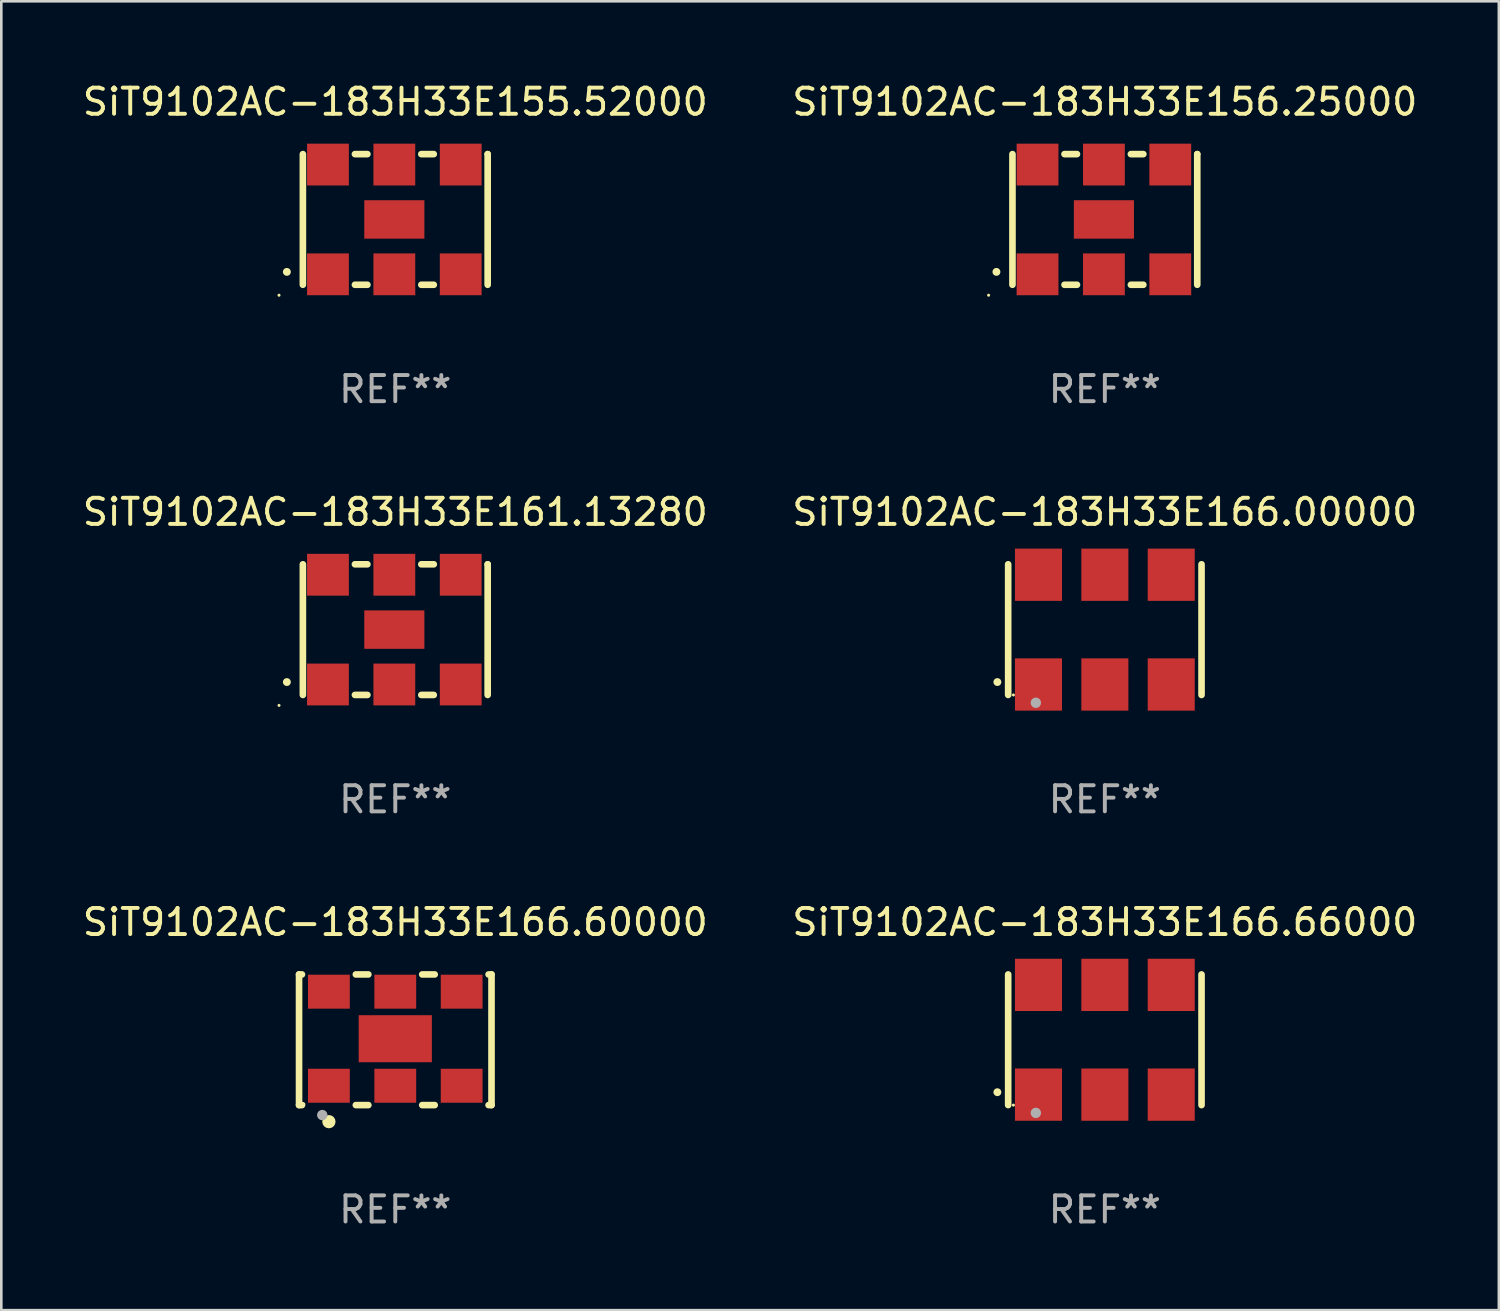
<source format=kicad_pcb>
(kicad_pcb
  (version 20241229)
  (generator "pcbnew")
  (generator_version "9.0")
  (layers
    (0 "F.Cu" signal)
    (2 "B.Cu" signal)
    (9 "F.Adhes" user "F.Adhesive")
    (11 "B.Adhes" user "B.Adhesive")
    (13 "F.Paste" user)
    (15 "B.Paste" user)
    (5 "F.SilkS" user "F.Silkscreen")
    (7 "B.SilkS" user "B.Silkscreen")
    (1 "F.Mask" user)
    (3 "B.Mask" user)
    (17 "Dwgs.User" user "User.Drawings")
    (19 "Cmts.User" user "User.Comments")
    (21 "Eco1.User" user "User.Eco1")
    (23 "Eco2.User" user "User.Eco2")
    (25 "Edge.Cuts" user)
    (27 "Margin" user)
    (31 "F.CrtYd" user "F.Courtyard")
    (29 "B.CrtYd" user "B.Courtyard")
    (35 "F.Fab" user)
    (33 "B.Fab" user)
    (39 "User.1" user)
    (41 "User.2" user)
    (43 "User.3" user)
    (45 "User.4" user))
  (footprint "SiT9102AC-183H33E166.00000"
    (layer "F.Cu")
    (at 39.232 21.045)
    (property "Reference" "SiT9102AC-183H33E166.00000" (at 0 -4.5 0) (layer "F.SilkS") (effects (font (size 1 1) (thickness 0.15))))
    (attr through_hole)
    (fp_line (start -3.7 -2.5) (end -3.7 2.5) (stroke (width 0.254) (type solid)) (layer "F.SilkS"))
    (fp_line (start 3.7 -2.5) (end 3.7 2.5) (stroke (width 0.254) (type solid)) (layer "F.SilkS"))
    (fp_arc (start -4.114415 2.006604) (mid -4.113145 2.006599) (end -4.111875 2.006604) (stroke (width 0.3) (type solid)) (layer "F.SilkS"))
    (fp_circle (center -3.5 2.501) (end -3.47 2.501) (stroke (width 0.06) (type solid)) (fill no) (layer "F.SilkS"))
    (fp_circle (center -2.641 2.799) (end -2.541 2.799) (stroke (width 0.2) (type solid)) (fill no) (layer "F.Fab"))
    (fp_text user "REF**" (at 0 6.5 0) (layer "F.Fab") (effects (font (size 1 1) (thickness 0.15))))
    (pad "1" smd rect (at -2.54 2.1) (size 1.8 2) (layers "F.Cu" "F.Mask" "F.Paste"))
    (pad "2" smd rect (at 0.000394 2.1) (size 1.8 2) (layers "F.Cu" "F.Mask" "F.Paste"))
    (pad "3" smd rect (at 2.54 2.1) (size 1.8 2) (layers "F.Cu" "F.Mask" "F.Paste"))
    (pad "4" smd rect (at 2.54 -2.1) (size 1.8 2) (layers "F.Cu" "F.Mask" "F.Paste"))
    (pad "5" smd rect (at 0.000394 -2.1) (size 1.8 2) (layers "F.Cu" "F.Mask" "F.Paste"))
    (pad "6" smd rect (at -2.54 -2.1) (size 1.8 2) (layers "F.Cu" "F.Mask" "F.Paste")))
  (footprint "SiT9102AC-183H33E161.13280"
    (layer "F.Cu")
    (at 12.077 21.045)
    (property "Reference" "SiT9102AC-183H33E161.13280" (at 0 -4.5 0) (layer "F.SilkS") (effects (font (size 1 1) (thickness 0.15))))
    (attr through_hole)
    (fp_line (start -3.536 -2.5) (end -3.536 2.5) (stroke (width 0.254) (type solid)) (layer "F.SilkS"))
    (fp_line (start -1.544 2.5) (end -1.067 2.5) (stroke (width 0.254) (type solid)) (layer "F.SilkS"))
    (fp_line (start -1.067 -2.5) (end -1.544 -2.5) (stroke (width 0.254) (type solid)) (layer "F.SilkS"))
    (fp_line (start 0.996 2.5) (end 1.473 2.5) (stroke (width 0.254) (type solid)) (layer "F.SilkS"))
    (fp_line (start 1.473 -2.5) (end 0.996 -2.5) (stroke (width 0.254) (type solid)) (layer "F.SilkS"))
    (fp_line (start 3.536 -2.5) (end 3.536 -2.5) (stroke (width 0.254) (type solid)) (layer "F.SilkS"))
    (fp_line (start 3.536 2.5) (end 3.536 -2.5) (stroke (width 0.254) (type solid)) (layer "F.SilkS"))
    (fp_arc (start -4.150432 2.006604) (mid -4.149162 2.006599) (end -4.147892 2.006604) (stroke (width 0.3) (type solid)) (layer "F.SilkS"))
    (fp_circle (center -4.449 2.9) (end -4.419 2.9) (stroke (width 0.06) (type solid)) (fill no) (layer "F.SilkS"))
    (fp_text user "REF**" (at 0 6.5 0) (layer "F.Fab") (effects (font (size 1 1) (thickness 0.15))))
    (pad "1" smd rect (at -2.576 2.1) (size 1.6 1.6) (layers "F.Cu" "F.Mask" "F.Paste"))
    (pad "2" smd rect (at -0.036 2.1) (size 1.6 1.6) (layers "F.Cu" "F.Mask" "F.Paste"))
    (pad "3" smd rect (at 2.504 2.1) (size 1.6 1.6) (layers "F.Cu" "F.Mask" "F.Paste"))
    (pad "4" smd rect (at 2.504 -2.1) (size 1.6 1.6) (layers "F.Cu" "F.Mask" "F.Paste"))
    (pad "5" smd rect (at -0.036 -2.1) (size 1.6 1.6) (layers "F.Cu" "F.Mask" "F.Paste"))
    (pad "6" smd rect (at -2.576 -2.1) (size 1.6 1.6) (layers "F.Cu" "F.Mask" "F.Paste"))
    (pad "7" smd rect (at -0.036 0) (size 2.3 1.47) (layers "F.Cu" "F.Mask" "F.Paste")))
  (footprint "SiT9102AC-183H33E156.25000"
    (layer "F.Cu")
    (at 39.232 5.348)
    (property "Reference" "SiT9102AC-183H33E156.25000" (at 0 -4.5 0) (layer "F.SilkS") (effects (font (size 1 1) (thickness 0.15))))
    (attr through_hole)
    (fp_line (start -3.536 -2.5) (end -3.536 2.5) (stroke (width 0.254) (type solid)) (layer "F.SilkS"))
    (fp_line (start -1.544 2.5) (end -1.067 2.5) (stroke (width 0.254) (type solid)) (layer "F.SilkS"))
    (fp_line (start -1.067 -2.5) (end -1.544 -2.5) (stroke (width 0.254) (type solid)) (layer "F.SilkS"))
    (fp_line (start 0.996 2.5) (end 1.473 2.5) (stroke (width 0.254) (type solid)) (layer "F.SilkS"))
    (fp_line (start 1.473 -2.5) (end 0.996 -2.5) (stroke (width 0.254) (type solid)) (layer "F.SilkS"))
    (fp_line (start 3.536 -2.5) (end 3.536 -2.5) (stroke (width 0.254) (type solid)) (layer "F.SilkS"))
    (fp_line (start 3.536 2.5) (end 3.536 -2.5) (stroke (width 0.254) (type solid)) (layer "F.SilkS"))
    (fp_arc (start -4.150432 2.006604) (mid -4.149162 2.006599) (end -4.147892 2.006604) (stroke (width 0.3) (type solid)) (layer "F.SilkS"))
    (fp_circle (center -4.449 2.9) (end -4.419 2.9) (stroke (width 0.06) (type solid)) (fill no) (layer "F.SilkS"))
    (fp_text user "REF**" (at 0 6.5 0) (layer "F.Fab") (effects (font (size 1 1) (thickness 0.15))))
    (pad "1" smd rect (at -2.576 2.1) (size 1.6 1.6) (layers "F.Cu" "F.Mask" "F.Paste"))
    (pad "2" smd rect (at -0.036 2.1) (size 1.6 1.6) (layers "F.Cu" "F.Mask" "F.Paste"))
    (pad "3" smd rect (at 2.504 2.1) (size 1.6 1.6) (layers "F.Cu" "F.Mask" "F.Paste"))
    (pad "4" smd rect (at 2.504 -2.1) (size 1.6 1.6) (layers "F.Cu" "F.Mask" "F.Paste"))
    (pad "5" smd rect (at -0.036 -2.1) (size 1.6 1.6) (layers "F.Cu" "F.Mask" "F.Paste"))
    (pad "6" smd rect (at -2.576 -2.1) (size 1.6 1.6) (layers "F.Cu" "F.Mask" "F.Paste"))
    (pad "7" smd rect (at -0.036 0) (size 2.3 1.47) (layers "F.Cu" "F.Mask" "F.Paste")))
  (footprint "SiT9102AC-183H33E166.66000"
    (layer "F.Cu")
    (at 39.232 36.741)
    (property "Reference" "SiT9102AC-183H33E166.66000" (at 0 -4.5 0) (layer "F.SilkS") (effects (font (size 1 1) (thickness 0.15))))
    (attr through_hole)
    (fp_line (start -3.7 -2.5) (end -3.7 2.5) (stroke (width 0.254) (type solid)) (layer "F.SilkS"))
    (fp_line (start 3.7 -2.5) (end 3.7 2.5) (stroke (width 0.254) (type solid)) (layer "F.SilkS"))
    (fp_arc (start -4.114415 2.006604) (mid -4.113145 2.006599) (end -4.111875 2.006604) (stroke (width 0.3) (type solid)) (layer "F.SilkS"))
    (fp_circle (center -3.5 2.501) (end -3.47 2.501) (stroke (width 0.06) (type solid)) (fill no) (layer "F.SilkS"))
    (fp_circle (center -2.641 2.799) (end -2.541 2.799) (stroke (width 0.2) (type solid)) (fill no) (layer "F.Fab"))
    (fp_text user "REF**" (at 0 6.5 0) (layer "F.Fab") (effects (font (size 1 1) (thickness 0.15))))
    (pad "1" smd rect (at -2.54 2.1) (size 1.8 2) (layers "F.Cu" "F.Mask" "F.Paste"))
    (pad "2" smd rect (at 0.000394 2.1) (size 1.8 2) (layers "F.Cu" "F.Mask" "F.Paste"))
    (pad "3" smd rect (at 2.54 2.1) (size 1.8 2) (layers "F.Cu" "F.Mask" "F.Paste"))
    (pad "4" smd rect (at 2.54 -2.1) (size 1.8 2) (layers "F.Cu" "F.Mask" "F.Paste"))
    (pad "5" smd rect (at 0.000394 -2.1) (size 1.8 2) (layers "F.Cu" "F.Mask" "F.Paste"))
    (pad "6" smd rect (at -2.54 -2.1) (size 1.8 2) (layers "F.Cu" "F.Mask" "F.Paste")))
  (footprint "SiT9102AC-183H33E155.52000"
    (layer "F.Cu")
    (at 12.077 5.348)
    (property "Reference" "SiT9102AC-183H33E155.52000" (at 0 -4.5 0) (layer "F.SilkS") (effects (font (size 1 1) (thickness 0.15))))
    (attr through_hole)
    (fp_line (start -3.536 -2.5) (end -3.536 2.5) (stroke (width 0.254) (type solid)) (layer "F.SilkS"))
    (fp_line (start -1.544 2.5) (end -1.067 2.5) (stroke (width 0.254) (type solid)) (layer "F.SilkS"))
    (fp_line (start -1.067 -2.5) (end -1.544 -2.5) (stroke (width 0.254) (type solid)) (layer "F.SilkS"))
    (fp_line (start 0.996 2.5) (end 1.473 2.5) (stroke (width 0.254) (type solid)) (layer "F.SilkS"))
    (fp_line (start 1.473 -2.5) (end 0.996 -2.5) (stroke (width 0.254) (type solid)) (layer "F.SilkS"))
    (fp_line (start 3.536 -2.5) (end 3.536 -2.5) (stroke (width 0.254) (type solid)) (layer "F.SilkS"))
    (fp_line (start 3.536 2.5) (end 3.536 -2.5) (stroke (width 0.254) (type solid)) (layer "F.SilkS"))
    (fp_arc (start -4.150432 2.006604) (mid -4.149162 2.006599) (end -4.147892 2.006604) (stroke (width 0.3) (type solid)) (layer "F.SilkS"))
    (fp_circle (center -4.449 2.9) (end -4.419 2.9) (stroke (width 0.06) (type solid)) (fill no) (layer "F.SilkS"))
    (fp_text user "REF**" (at 0 6.5 0) (layer "F.Fab") (effects (font (size 1 1) (thickness 0.15))))
    (pad "1" smd rect (at -2.576 2.1) (size 1.6 1.6) (layers "F.Cu" "F.Mask" "F.Paste"))
    (pad "2" smd rect (at -0.036 2.1) (size 1.6 1.6) (layers "F.Cu" "F.Mask" "F.Paste"))
    (pad "3" smd rect (at 2.504 2.1) (size 1.6 1.6) (layers "F.Cu" "F.Mask" "F.Paste"))
    (pad "4" smd rect (at 2.504 -2.1) (size 1.6 1.6) (layers "F.Cu" "F.Mask" "F.Paste"))
    (pad "5" smd rect (at -0.036 -2.1) (size 1.6 1.6) (layers "F.Cu" "F.Mask" "F.Paste"))
    (pad "6" smd rect (at -2.576 -2.1) (size 1.6 1.6) (layers "F.Cu" "F.Mask" "F.Paste"))
    (pad "7" smd rect (at -0.036 0) (size 2.3 1.47) (layers "F.Cu" "F.Mask" "F.Paste")))
  (footprint "SiT9102AC-183H33E166.60000"
    (layer "F.Cu")
    (at 12.077 36.741)
    (property "Reference" "SiT9102AC-183H33E166.60000" (at 0 -4.5 0) (layer "F.SilkS") (effects (font (size 1 1) (thickness 0.15))))
    (attr through_hole)
    (fp_line (start -3.683 -2.5) (end -3.571 -2.5) (stroke (width 0.254) (type solid)) (layer "F.SilkS"))
    (fp_line (start -3.683 2.5) (end -3.683 -2.5) (stroke (width 0.254) (type solid)) (layer "F.SilkS"))
    (fp_line (start -3.683 2.5) (end -3.571 2.5) (stroke (width 0.254) (type solid)) (layer "F.SilkS"))
    (fp_line (start -1.509 -2.5) (end -1.031 -2.5) (stroke (width 0.254) (type solid)) (layer "F.SilkS"))
    (fp_line (start -1.509 2.5) (end -1.031 2.5) (stroke (width 0.254) (type solid)) (layer "F.SilkS"))
    (fp_line (start 1.031 -2.5) (end 1.509 -2.5) (stroke (width 0.254) (type solid)) (layer "F.SilkS"))
    (fp_line (start 1.031 2.5) (end 1.509 2.5) (stroke (width 0.254) (type solid)) (layer "F.SilkS"))
    (fp_line (start 3.571 -2.5) (end 3.683 -2.5) (stroke (width 0.254) (type solid)) (layer "F.SilkS"))
    (fp_line (start 3.571 2.5) (end 3.683 2.5) (stroke (width 0.254) (type solid)) (layer "F.SilkS"))
    (fp_line (start 3.683 2.5) (end 3.683 -2.5) (stroke (width 0.254) (type solid)) (layer "F.SilkS"))
    (fp_circle (center -3.5 2.46) (end -3.47 2.46) (stroke (width 0.06) (type solid)) (fill no) (layer "F.SilkS"))
    (fp_circle (center -2.54 3.135) (end -2.413 3.135) (stroke (width 0.254) (type solid)) (fill no) (layer "F.SilkS"))
    (fp_circle (center -2.794 2.881) (end -2.694 2.881) (stroke (width 0.2) (type solid)) (fill no) (layer "F.Fab"))
    (fp_text user "REF**" (at 0 6.5 0) (layer "F.Fab") (effects (font (size 1 1) (thickness 0.15))))
    (pad "1" smd rect (at -2.54 1.76) (size 1.6 1.3) (layers "F.Cu" "F.Mask" "F.Paste"))
    (pad "2" smd rect (at 0 1.76) (size 1.6 1.3) (layers "F.Cu" "F.Mask" "F.Paste"))
    (pad "3" smd rect (at 2.54 1.76) (size 1.6 1.3) (layers "F.Cu" "F.Mask" "F.Paste"))
    (pad "4" smd rect (at 2.54 -1.84) (size 1.6 1.3) (layers "F.Cu" "F.Mask" "F.Paste"))
    (pad "5" smd rect (at 0 -1.84) (size 1.6 1.3) (layers "F.Cu" "F.Mask" "F.Paste"))
    (pad "6" smd rect (at -2.54 -1.84) (size 1.6 1.3) (layers "F.Cu" "F.Mask" "F.Paste"))
    (pad "7" smd rect (at 0 -0.04) (size 2.8 1.8) (layers "F.Cu" "F.Mask" "F.Paste")))
  (gr_rect
    (start -3 -3)
    (end 54.31 47.09)
    (stroke (width 0.1) (type default))
    (fill no)
    (layer "Edge.Cuts")))
</source>
